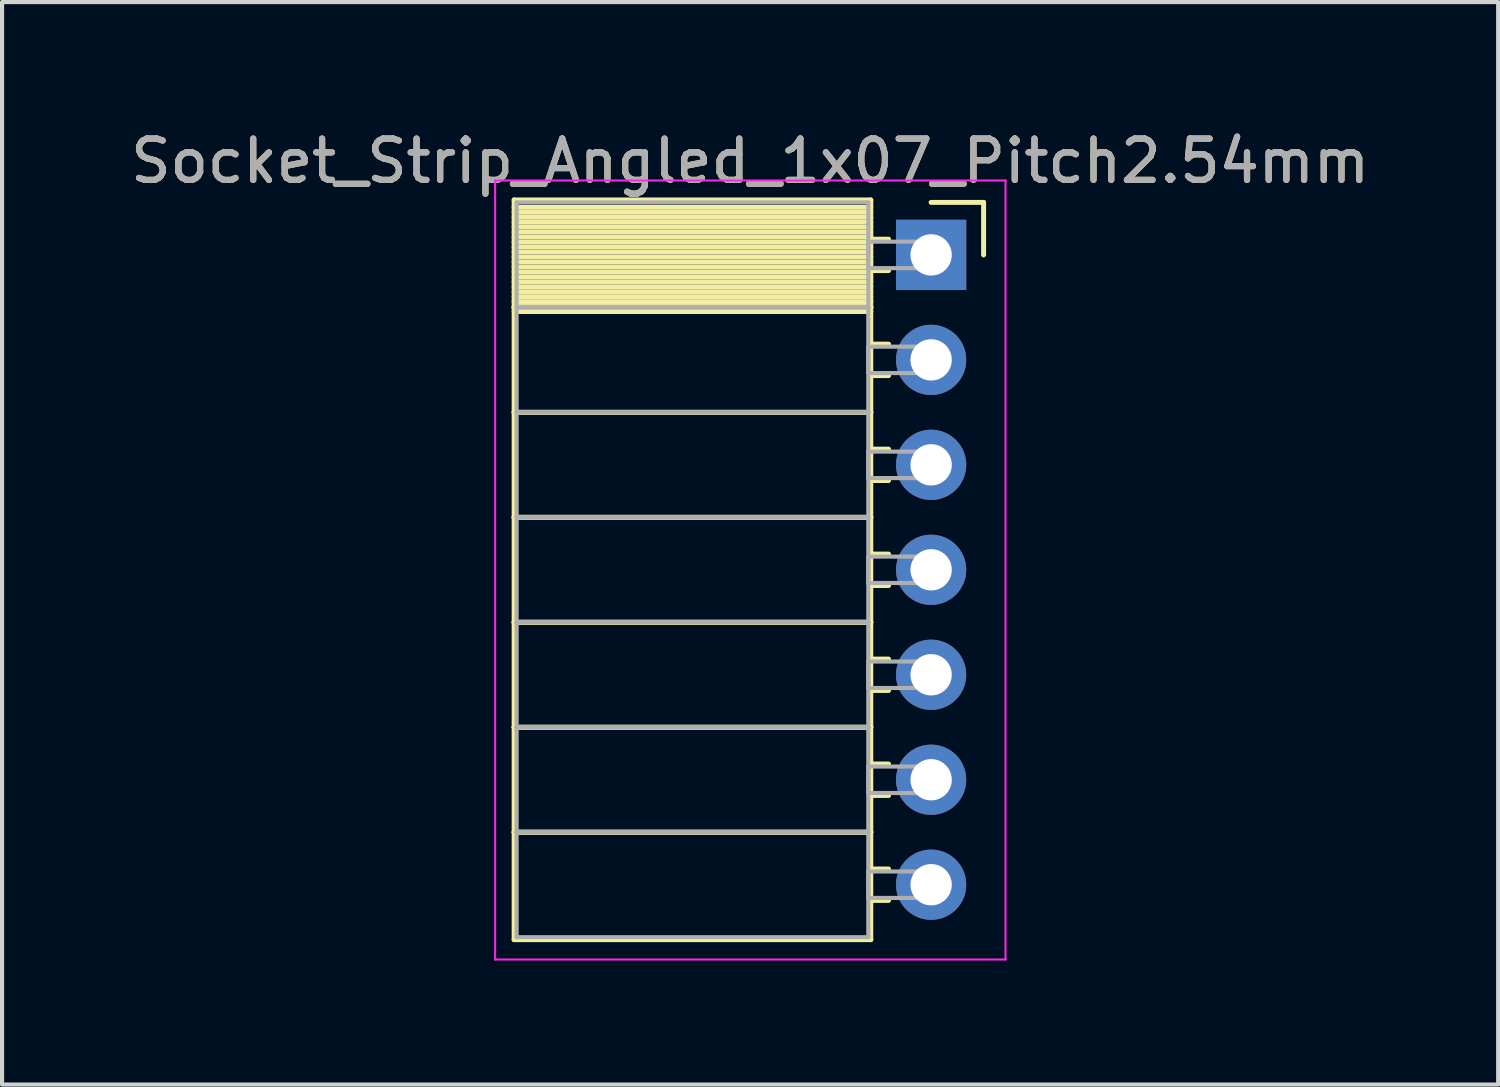
<source format=kicad_pcb>
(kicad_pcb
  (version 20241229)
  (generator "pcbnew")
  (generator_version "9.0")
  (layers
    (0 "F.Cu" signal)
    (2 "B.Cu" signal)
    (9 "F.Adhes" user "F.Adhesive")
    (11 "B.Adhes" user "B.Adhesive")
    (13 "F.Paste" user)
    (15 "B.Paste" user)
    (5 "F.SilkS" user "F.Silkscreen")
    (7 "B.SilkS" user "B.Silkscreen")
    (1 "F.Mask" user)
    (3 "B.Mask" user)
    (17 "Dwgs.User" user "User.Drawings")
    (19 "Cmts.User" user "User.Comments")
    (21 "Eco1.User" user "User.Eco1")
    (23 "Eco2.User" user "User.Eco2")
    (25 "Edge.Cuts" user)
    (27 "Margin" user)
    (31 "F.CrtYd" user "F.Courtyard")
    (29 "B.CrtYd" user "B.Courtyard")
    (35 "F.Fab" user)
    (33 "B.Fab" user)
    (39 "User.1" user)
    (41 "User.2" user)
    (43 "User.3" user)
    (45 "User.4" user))
  (footprint "Socket_Strip_Angled_1x07_Pitch2.54mm"
    (layer "F.Cu")
    (at 19.481 3.118)
    (property "Reference" "Socket_Strip_Angled_1x07_Pitch2.54mm" (at -4.38 -2.27 0) (layer "F.SilkS") (effects (font (size 1 1) (thickness 0.15))))
    (attr through_hole)
    (fp_line (start -10.09 -1.33) (end -1.46 -1.33) (stroke (width 0.12) (type solid)) (layer "F.SilkS"))
    (fp_line (start -10.09 1.27) (end -10.09 -1.33) (stroke (width 0.12) (type solid)) (layer "F.SilkS"))
    (fp_line (start -10.09 1.27) (end -1.46 1.27) (stroke (width 0.12) (type solid)) (layer "F.SilkS"))
    (fp_line (start -10.09 3.81) (end -10.09 1.27) (stroke (width 0.12) (type solid)) (layer "F.SilkS"))
    (fp_line (start -10.09 3.81) (end -1.46 3.81) (stroke (width 0.12) (type solid)) (layer "F.SilkS"))
    (fp_line (start -10.09 6.35) (end -10.09 3.81) (stroke (width 0.12) (type solid)) (layer "F.SilkS"))
    (fp_line (start -10.09 6.35) (end -1.46 6.35) (stroke (width 0.12) (type solid)) (layer "F.SilkS"))
    (fp_line (start -10.09 8.89) (end -10.09 6.35) (stroke (width 0.12) (type solid)) (layer "F.SilkS"))
    (fp_line (start -10.09 8.89) (end -1.46 8.89) (stroke (width 0.12) (type solid)) (layer "F.SilkS"))
    (fp_line (start -10.09 11.43) (end -10.09 8.89) (stroke (width 0.12) (type solid)) (layer "F.SilkS"))
    (fp_line (start -10.09 11.43) (end -1.46 11.43) (stroke (width 0.12) (type solid)) (layer "F.SilkS"))
    (fp_line (start -10.09 13.97) (end -10.09 11.43) (stroke (width 0.12) (type solid)) (layer "F.SilkS"))
    (fp_line (start -10.09 13.97) (end -1.46 13.97) (stroke (width 0.12) (type solid)) (layer "F.SilkS"))
    (fp_line (start -10.09 16.57) (end -10.09 13.97) (stroke (width 0.12) (type solid)) (layer "F.SilkS"))
    (fp_line (start -1.46 -1.33) (end -1.46 1.27) (stroke (width 0.12) (type solid)) (layer "F.SilkS"))
    (fp_line (start -1.46 -1.15) (end -10.09 -1.15) (stroke (width 0.12) (type solid)) (layer "F.SilkS"))
    (fp_line (start -1.46 -1.03) (end -10.09 -1.03) (stroke (width 0.12) (type solid)) (layer "F.SilkS"))
    (fp_line (start -1.46 -0.91) (end -10.09 -0.91) (stroke (width 0.12) (type solid)) (layer "F.SilkS"))
    (fp_line (start -1.46 -0.79) (end -10.09 -0.79) (stroke (width 0.12) (type solid)) (layer "F.SilkS"))
    (fp_line (start -1.46 -0.67) (end -10.09 -0.67) (stroke (width 0.12) (type solid)) (layer "F.SilkS"))
    (fp_line (start -1.46 -0.55) (end -10.09 -0.55) (stroke (width 0.12) (type solid)) (layer "F.SilkS"))
    (fp_line (start -1.46 -0.43) (end -10.09 -0.43) (stroke (width 0.12) (type solid)) (layer "F.SilkS"))
    (fp_line (start -1.46 -0.31) (end -10.09 -0.31) (stroke (width 0.12) (type solid)) (layer "F.SilkS"))
    (fp_line (start -1.46 -0.19) (end -10.09 -0.19) (stroke (width 0.12) (type solid)) (layer "F.SilkS"))
    (fp_line (start -1.46 -0.07) (end -10.09 -0.07) (stroke (width 0.12) (type solid)) (layer "F.SilkS"))
    (fp_line (start -1.46 0.05) (end -10.09 0.05) (stroke (width 0.12) (type solid)) (layer "F.SilkS"))
    (fp_line (start -1.46 0.17) (end -10.09 0.17) (stroke (width 0.12) (type solid)) (layer "F.SilkS"))
    (fp_line (start -1.46 0.29) (end -10.09 0.29) (stroke (width 0.12) (type solid)) (layer "F.SilkS"))
    (fp_line (start -1.46 0.41) (end -10.09 0.41) (stroke (width 0.12) (type solid)) (layer "F.SilkS"))
    (fp_line (start -1.46 0.53) (end -10.09 0.53) (stroke (width 0.12) (type solid)) (layer "F.SilkS"))
    (fp_line (start -1.46 0.65) (end -10.09 0.65) (stroke (width 0.12) (type solid)) (layer "F.SilkS"))
    (fp_line (start -1.46 0.77) (end -10.09 0.77) (stroke (width 0.12) (type solid)) (layer "F.SilkS"))
    (fp_line (start -1.46 0.89) (end -10.09 0.89) (stroke (width 0.12) (type solid)) (layer "F.SilkS"))
    (fp_line (start -1.46 1.01) (end -10.09 1.01) (stroke (width 0.12) (type solid)) (layer "F.SilkS"))
    (fp_line (start -1.46 1.13) (end -10.09 1.13) (stroke (width 0.12) (type solid)) (layer "F.SilkS"))
    (fp_line (start -1.46 1.25) (end -10.09 1.25) (stroke (width 0.12) (type solid)) (layer "F.SilkS"))
    (fp_line (start -1.46 1.27) (end -10.09 1.27) (stroke (width 0.12) (type solid)) (layer "F.SilkS"))
    (fp_line (start -1.46 1.27) (end -1.46 3.81) (stroke (width 0.12) (type solid)) (layer "F.SilkS"))
    (fp_line (start -1.46 1.37) (end -10.09 1.37) (stroke (width 0.12) (type solid)) (layer "F.SilkS"))
    (fp_line (start -1.46 3.81) (end -10.09 3.81) (stroke (width 0.12) (type solid)) (layer "F.SilkS"))
    (fp_line (start -1.46 3.81) (end -1.46 6.35) (stroke (width 0.12) (type solid)) (layer "F.SilkS"))
    (fp_line (start -1.46 6.35) (end -10.09 6.35) (stroke (width 0.12) (type solid)) (layer "F.SilkS"))
    (fp_line (start -1.46 6.35) (end -1.46 8.89) (stroke (width 0.12) (type solid)) (layer "F.SilkS"))
    (fp_line (start -1.46 8.89) (end -10.09 8.89) (stroke (width 0.12) (type solid)) (layer "F.SilkS"))
    (fp_line (start -1.46 8.89) (end -1.46 11.43) (stroke (width 0.12) (type solid)) (layer "F.SilkS"))
    (fp_line (start -1.46 11.43) (end -10.09 11.43) (stroke (width 0.12) (type solid)) (layer "F.SilkS"))
    (fp_line (start -1.46 11.43) (end -1.46 13.97) (stroke (width 0.12) (type solid)) (layer "F.SilkS"))
    (fp_line (start -1.46 13.97) (end -10.09 13.97) (stroke (width 0.12) (type solid)) (layer "F.SilkS"))
    (fp_line (start -1.46 13.97) (end -1.46 16.57) (stroke (width 0.12) (type solid)) (layer "F.SilkS"))
    (fp_line (start -1.46 16.57) (end -10.09 16.57) (stroke (width 0.12) (type solid)) (layer "F.SilkS"))
    (fp_line (start -1.03 -0.38) (end -1.46 -0.38) (stroke (width 0.12) (type solid)) (layer "F.SilkS"))
    (fp_line (start -1.03 0.38) (end -1.46 0.38) (stroke (width 0.12) (type solid)) (layer "F.SilkS"))
    (fp_line (start -1.03 2.16) (end -1.46 2.16) (stroke (width 0.12) (type solid)) (layer "F.SilkS"))
    (fp_line (start -1.03 2.92) (end -1.46 2.92) (stroke (width 0.12) (type solid)) (layer "F.SilkS"))
    (fp_line (start -1.03 4.7) (end -1.46 4.7) (stroke (width 0.12) (type solid)) (layer "F.SilkS"))
    (fp_line (start -1.03 5.46) (end -1.46 5.46) (stroke (width 0.12) (type solid)) (layer "F.SilkS"))
    (fp_line (start -1.03 7.24) (end -1.46 7.24) (stroke (width 0.12) (type solid)) (layer "F.SilkS"))
    (fp_line (start -1.03 8) (end -1.46 8) (stroke (width 0.12) (type solid)) (layer "F.SilkS"))
    (fp_line (start -1.03 9.78) (end -1.46 9.78) (stroke (width 0.12) (type solid)) (layer "F.SilkS"))
    (fp_line (start -1.03 10.54) (end -1.46 10.54) (stroke (width 0.12) (type solid)) (layer "F.SilkS"))
    (fp_line (start -1.03 12.32) (end -1.46 12.32) (stroke (width 0.12) (type solid)) (layer "F.SilkS"))
    (fp_line (start -1.03 13.08) (end -1.46 13.08) (stroke (width 0.12) (type solid)) (layer "F.SilkS"))
    (fp_line (start -1.03 14.86) (end -1.46 14.86) (stroke (width 0.12) (type solid)) (layer "F.SilkS"))
    (fp_line (start -1.03 15.62) (end -1.46 15.62) (stroke (width 0.12) (type solid)) (layer "F.SilkS"))
    (fp_line (start 0 -1.27) (end 1.27 -1.27) (stroke (width 0.12) (type solid)) (layer "F.SilkS"))
    (fp_line (start 1.27 -1.27) (end 1.27 0) (stroke (width 0.12) (type solid)) (layer "F.SilkS"))
    (fp_line (start -10.55 -1.8) (end 1.8 -1.8) (stroke (width 0.05) (type solid)) (layer "F.CrtYd"))
    (fp_line (start -10.55 17.05) (end -10.55 -1.8) (stroke (width 0.05) (type solid)) (layer "F.CrtYd"))
    (fp_line (start 1.8 -1.8) (end 1.8 17.05) (stroke (width 0.05) (type solid)) (layer "F.CrtYd"))
    (fp_line (start 1.8 17.05) (end -10.55 17.05) (stroke (width 0.05) (type solid)) (layer "F.CrtYd"))
    (fp_line (start -10.03 -1.27) (end -1.52 -1.27) (stroke (width 0.1) (type solid)) (layer "F.Fab"))
    (fp_line (start -10.03 1.27) (end -10.03 -1.27) (stroke (width 0.1) (type solid)) (layer "F.Fab"))
    (fp_line (start -10.03 1.27) (end -1.52 1.27) (stroke (width 0.1) (type solid)) (layer "F.Fab"))
    (fp_line (start -10.03 3.81) (end -10.03 1.27) (stroke (width 0.1) (type solid)) (layer "F.Fab"))
    (fp_line (start -10.03 3.81) (end -1.52 3.81) (stroke (width 0.1) (type solid)) (layer "F.Fab"))
    (fp_line (start -10.03 6.35) (end -10.03 3.81) (stroke (width 0.1) (type solid)) (layer "F.Fab"))
    (fp_line (start -10.03 6.35) (end -1.52 6.35) (stroke (width 0.1) (type solid)) (layer "F.Fab"))
    (fp_line (start -10.03 8.89) (end -10.03 6.35) (stroke (width 0.1) (type solid)) (layer "F.Fab"))
    (fp_line (start -10.03 8.89) (end -1.52 8.89) (stroke (width 0.1) (type solid)) (layer "F.Fab"))
    (fp_line (start -10.03 11.43) (end -10.03 8.89) (stroke (width 0.1) (type solid)) (layer "F.Fab"))
    (fp_line (start -10.03 11.43) (end -1.52 11.43) (stroke (width 0.1) (type solid)) (layer "F.Fab"))
    (fp_line (start -10.03 13.97) (end -10.03 11.43) (stroke (width 0.1) (type solid)) (layer "F.Fab"))
    (fp_line (start -10.03 13.97) (end -1.52 13.97) (stroke (width 0.1) (type solid)) (layer "F.Fab"))
    (fp_line (start -10.03 16.51) (end -10.03 13.97) (stroke (width 0.1) (type solid)) (layer "F.Fab"))
    (fp_line (start -1.52 -1.27) (end -1.52 1.27) (stroke (width 0.1) (type solid)) (layer "F.Fab"))
    (fp_line (start -1.52 -0.32) (end 0 -0.32) (stroke (width 0.1) (type solid)) (layer "F.Fab"))
    (fp_line (start -1.52 0.32) (end -1.52 -0.32) (stroke (width 0.1) (type solid)) (layer "F.Fab"))
    (fp_line (start -1.52 1.27) (end -10.03 1.27) (stroke (width 0.1) (type solid)) (layer "F.Fab"))
    (fp_line (start -1.52 1.27) (end -1.52 3.81) (stroke (width 0.1) (type solid)) (layer "F.Fab"))
    (fp_line (start -1.52 2.22) (end 0 2.22) (stroke (width 0.1) (type solid)) (layer "F.Fab"))
    (fp_line (start -1.52 2.86) (end -1.52 2.22) (stroke (width 0.1) (type solid)) (layer "F.Fab"))
    (fp_line (start -1.52 3.81) (end -10.03 3.81) (stroke (width 0.1) (type solid)) (layer "F.Fab"))
    (fp_line (start -1.52 3.81) (end -1.52 6.35) (stroke (width 0.1) (type solid)) (layer "F.Fab"))
    (fp_line (start -1.52 4.76) (end 0 4.76) (stroke (width 0.1) (type solid)) (layer "F.Fab"))
    (fp_line (start -1.52 5.4) (end -1.52 4.76) (stroke (width 0.1) (type solid)) (layer "F.Fab"))
    (fp_line (start -1.52 6.35) (end -10.03 6.35) (stroke (width 0.1) (type solid)) (layer "F.Fab"))
    (fp_line (start -1.52 6.35) (end -1.52 8.89) (stroke (width 0.1) (type solid)) (layer "F.Fab"))
    (fp_line (start -1.52 7.3) (end 0 7.3) (stroke (width 0.1) (type solid)) (layer "F.Fab"))
    (fp_line (start -1.52 7.94) (end -1.52 7.3) (stroke (width 0.1) (type solid)) (layer "F.Fab"))
    (fp_line (start -1.52 8.89) (end -10.03 8.89) (stroke (width 0.1) (type solid)) (layer "F.Fab"))
    (fp_line (start -1.52 8.89) (end -1.52 11.43) (stroke (width 0.1) (type solid)) (layer "F.Fab"))
    (fp_line (start -1.52 9.84) (end 0 9.84) (stroke (width 0.1) (type solid)) (layer "F.Fab"))
    (fp_line (start -1.52 10.48) (end -1.52 9.84) (stroke (width 0.1) (type solid)) (layer "F.Fab"))
    (fp_line (start -1.52 11.43) (end -10.03 11.43) (stroke (width 0.1) (type solid)) (layer "F.Fab"))
    (fp_line (start -1.52 11.43) (end -1.52 13.97) (stroke (width 0.1) (type solid)) (layer "F.Fab"))
    (fp_line (start -1.52 12.38) (end 0 12.38) (stroke (width 0.1) (type solid)) (layer "F.Fab"))
    (fp_line (start -1.52 13.02) (end -1.52 12.38) (stroke (width 0.1) (type solid)) (layer "F.Fab"))
    (fp_line (start -1.52 13.97) (end -10.03 13.97) (stroke (width 0.1) (type solid)) (layer "F.Fab"))
    (fp_line (start -1.52 13.97) (end -1.52 16.51) (stroke (width 0.1) (type solid)) (layer "F.Fab"))
    (fp_line (start -1.52 14.92) (end 0 14.92) (stroke (width 0.1) (type solid)) (layer "F.Fab"))
    (fp_line (start -1.52 15.56) (end -1.52 14.92) (stroke (width 0.1) (type solid)) (layer "F.Fab"))
    (fp_line (start -1.52 16.51) (end -10.03 16.51) (stroke (width 0.1) (type solid)) (layer "F.Fab"))
    (fp_line (start 0 -0.32) (end 0 0.32) (stroke (width 0.1) (type solid)) (layer "F.Fab"))
    (fp_line (start 0 0.32) (end -1.52 0.32) (stroke (width 0.1) (type solid)) (layer "F.Fab"))
    (fp_line (start 0 2.22) (end 0 2.86) (stroke (width 0.1) (type solid)) (layer "F.Fab"))
    (fp_line (start 0 2.86) (end -1.52 2.86) (stroke (width 0.1) (type solid)) (layer "F.Fab"))
    (fp_line (start 0 4.76) (end 0 5.4) (stroke (width 0.1) (type solid)) (layer "F.Fab"))
    (fp_line (start 0 5.4) (end -1.52 5.4) (stroke (width 0.1) (type solid)) (layer "F.Fab"))
    (fp_line (start 0 7.3) (end 0 7.94) (stroke (width 0.1) (type solid)) (layer "F.Fab"))
    (fp_line (start 0 7.94) (end -1.52 7.94) (stroke (width 0.1) (type solid)) (layer "F.Fab"))
    (fp_line (start 0 9.84) (end 0 10.48) (stroke (width 0.1) (type solid)) (layer "F.Fab"))
    (fp_line (start 0 10.48) (end -1.52 10.48) (stroke (width 0.1) (type solid)) (layer "F.Fab"))
    (fp_line (start 0 12.38) (end 0 13.02) (stroke (width 0.1) (type solid)) (layer "F.Fab"))
    (fp_line (start 0 13.02) (end -1.52 13.02) (stroke (width 0.1) (type solid)) (layer "F.Fab"))
    (fp_line (start 0 14.92) (end 0 15.56) (stroke (width 0.1) (type solid)) (layer "F.Fab"))
    (fp_line (start 0 15.56) (end -1.52 15.56) (stroke (width 0.1) (type solid)) (layer "F.Fab"))
    (fp_text user "${REFERENCE}" (at -4.38 -2.27 0) (layer "F.Fab") (effects (font (size 1 1) (thickness 0.15))))
    (pad "1" thru_hole rect (at 0 0) (size 1.7 1.7) (drill 1) (layers "*.Cu" "*.Mask"))
    (pad "2" thru_hole oval (at 0 2.54) (size 1.7 1.7) (drill 1) (layers "*.Cu" "*.Mask"))
    (pad "3" thru_hole oval (at 0 5.08) (size 1.7 1.7) (drill 1) (layers "*.Cu" "*.Mask"))
    (pad "4" thru_hole oval (at 0 7.62) (size 1.7 1.7) (drill 1) (layers "*.Cu" "*.Mask"))
    (pad "5" thru_hole oval (at 0 10.16) (size 1.7 1.7) (drill 1) (layers "*.Cu" "*.Mask"))
    (pad "6" thru_hole oval (at 0 12.7) (size 1.7 1.7) (drill 1) (layers "*.Cu" "*.Mask"))
    (pad "7" thru_hole oval (at 0 15.24) (size 1.7 1.7) (drill 1) (layers "*.Cu" "*.Mask")))
  (gr_rect
    (start -3 -3)
    (end 33.202 23.193)
    (stroke (width 0.1) (type default))
    (fill no)
    (layer "Edge.Cuts")))
</source>
